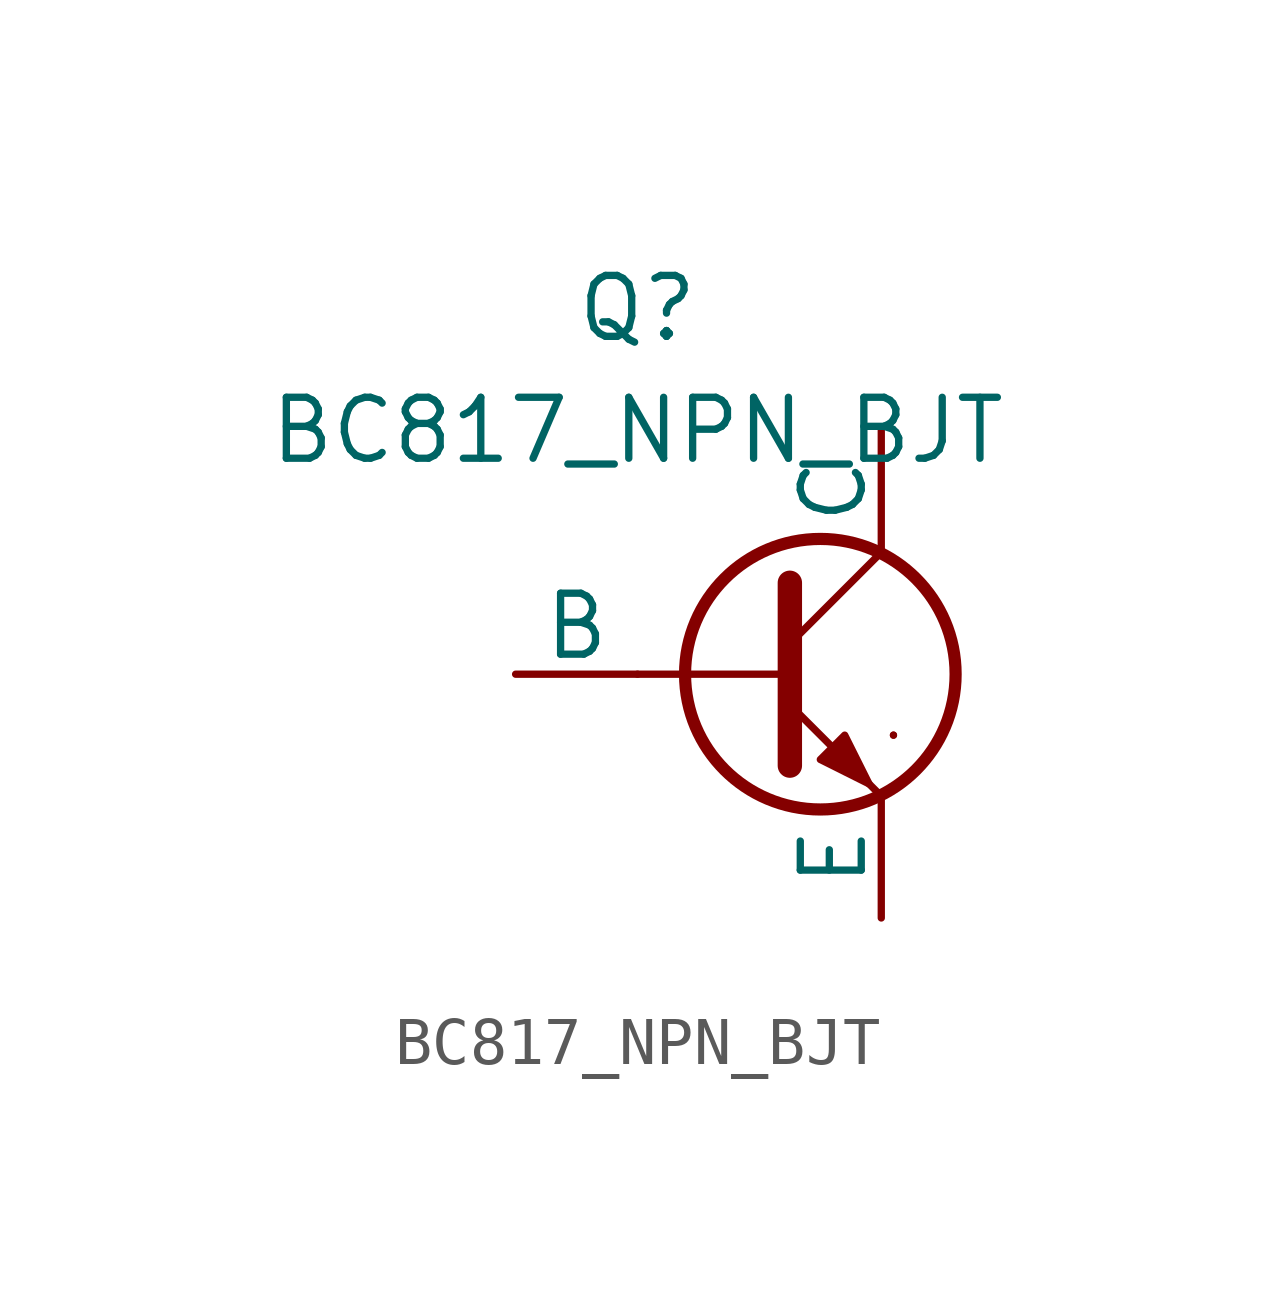
<source format=kicad_sym>
(kicad_symbol_lib
  (version 20211014)
  (generator kicad_symbol_editor)
  (symbol "BC817_NPN_BJT"
    (pin_numbers
      (hide yes))
    (pin_names
      (offset 0))
    (property "Reference" "Q"
      (at -2.54 7.62 0)
      (effects (font (size 1.27 1.27))))
    (property "Value" "BC817_NPN_BJT"
      (at -2.54 5.08 0)
      (effects (font (size 1.27 1.27))))
    (symbol "BC817_NPN_BJT_0_1"
      (polyline (pts (xy -2.54 0) (xy 0.635 0)) (stroke (width 0.152) (type default)) (fill (type none)))
      (polyline (pts (xy 0.635 1.905) (xy 0.635 -1.905) (xy 0.635 -1.905)) (stroke (width 0.508) (type default)) (fill (type none)))
      (polyline (pts (xy 0.635 0.635) (xy 2.54 2.54)) (stroke (width 0) (type default)) (fill (type none)))
      (polyline (pts (xy 0.635 -0.635) (xy 2.54 -2.54) (xy 2.54 -2.54)) (stroke (width 0) (type default)) (fill (type none)))
      (circle (center 1.27 0) (radius 2.819) (stroke (width 0.254) (type default)) (fill (type none)))
      (polyline (pts (xy 1.27 -1.778) (xy 1.778 -1.27) (xy 2.286 -2.286) (xy 1.27 -1.778) (xy 1.27 -1.778)) (stroke (width 0) (type default)) (fill (type outline)))
      (polyline (pts (xy 2.794 -1.27) (xy 2.794 -1.27)) (stroke (width 0.152) (type default)) (fill (type none)))
      (polyline (pts (xy 2.794 -1.27) (xy 2.794 -1.27)) (stroke (width 0.152) (type default)) (fill (type none))))
    (symbol "BC817_NPN_BJT_1_1"
      (pin input line (at -5.08 0 0) (length 2.54) (name "B" (effects (font (size 1.27 1.27)))) (number "1" (effects (font (size 1.27 1.27)))))
      (pin open_collector line (at 2.54 5.08 270) (length 2.54) (name "C" (effects (font (size 1.27 1.27)))) (number "3" (effects (font (size 1.27 1.27)))))
      (pin open_emitter line (at 2.54 -5.08 90) (length 2.54) (name "E" (effects (font (size 1.27 1.27)))) (number "2" (effects (font (size 1.27 1.27))))))))
</source>
